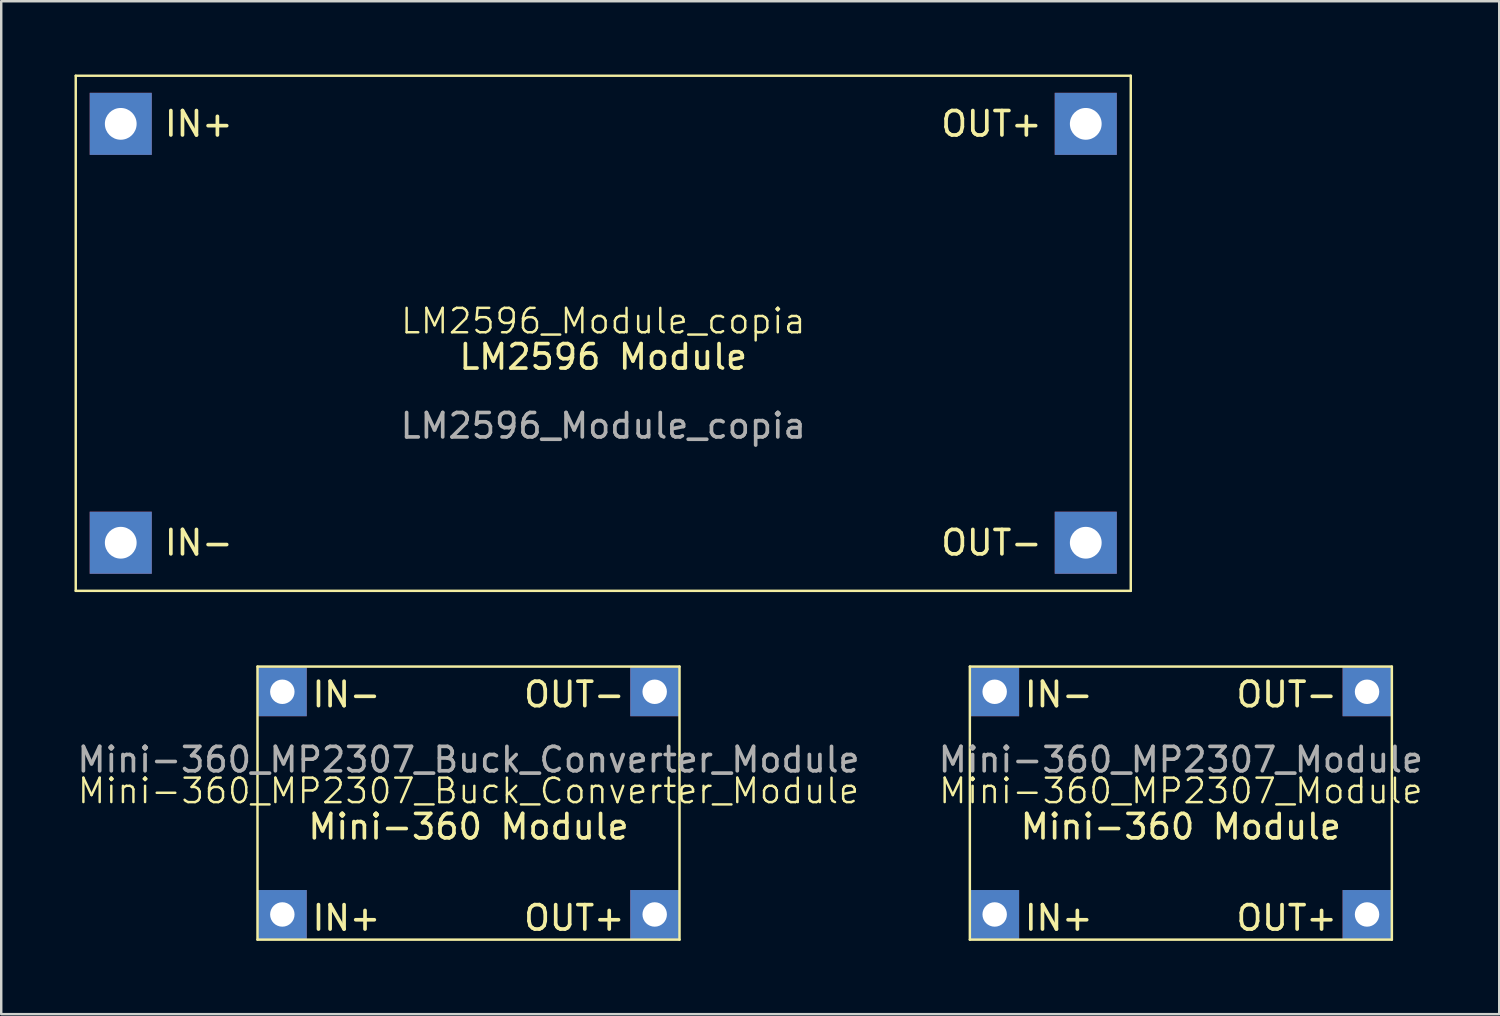
<source format=kicad_pcb>
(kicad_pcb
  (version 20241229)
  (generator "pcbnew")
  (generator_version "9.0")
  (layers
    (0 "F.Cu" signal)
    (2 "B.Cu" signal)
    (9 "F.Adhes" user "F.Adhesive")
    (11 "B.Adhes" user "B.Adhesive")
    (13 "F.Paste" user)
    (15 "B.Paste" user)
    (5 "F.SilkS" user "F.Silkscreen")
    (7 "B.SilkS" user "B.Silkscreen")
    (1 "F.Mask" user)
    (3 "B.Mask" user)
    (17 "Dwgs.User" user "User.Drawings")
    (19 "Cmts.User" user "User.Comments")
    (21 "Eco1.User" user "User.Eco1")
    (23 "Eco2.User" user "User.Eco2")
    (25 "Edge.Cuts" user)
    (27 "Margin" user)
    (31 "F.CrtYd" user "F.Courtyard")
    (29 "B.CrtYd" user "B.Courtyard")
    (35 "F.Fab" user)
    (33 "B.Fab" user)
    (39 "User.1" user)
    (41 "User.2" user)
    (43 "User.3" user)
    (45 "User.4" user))
  (footprint "Mini-360_MP2307_Buck_Converter_Module"
    (layer "F.Cu")
    (at 16.125 29.82)
    (property "Reference" "Mini-360_MP2307_Buck_Converter_Module" (at 0 -0.5 0) (unlocked yes) (layer "F.SilkS") (effects (font (size 1 1) (thickness 0.1))))
    (attr smd)
    (fp_line (start -8.636 -5.588) (end 8.636 -5.588) (stroke (width 0.1) (type default)) (layer "F.SilkS"))
    (fp_line (start -8.636 5.588) (end -8.636 -5.588) (stroke (width 0.1) (type default)) (layer "F.SilkS"))
    (fp_line (start -8.636 5.588) (end 8.636 5.588) (stroke (width 0.1) (type default)) (layer "F.SilkS"))
    (fp_line (start 8.636 -5.588) (end 8.636 5.588) (stroke (width 0.1) (type default)) (layer "F.SilkS"))
    (fp_line (start -8.636 -5.588) (end 8.636 -5.588) (stroke (width 0.1) (type default)) (layer "Margin"))
    (fp_line (start -8.636 5.588) (end -8.636 -5.588) (stroke (width 0.1) (type default)) (layer "Margin"))
    (fp_line (start 8.636 -5.588) (end 8.636 5.588) (stroke (width 0.1) (type default)) (layer "Margin"))
    (fp_line (start 8.636 5.588) (end -8.636 5.588) (stroke (width 0.1) (type default)) (layer "Margin"))
    (fp_text user "OUT+" (at 6.477 4.699 0) (unlocked yes) (layer "F.SilkS") (effects (font (size 1 1) (thickness 0.15)) (justify right)))
    (fp_text user "Mini-360 Module" (at 0 0.381 0) (unlocked yes) (layer "F.SilkS") (effects (font (size 1 1) (thickness 0.15)) (justify top)))
    (fp_text user "IN-" (at -6.477 -4.445 0) (unlocked yes) (layer "F.SilkS") (effects (font (size 1 1) (thickness 0.15)) (justify left)))
    (fp_text user "IN+" (at -6.477 4.699 0) (unlocked yes) (layer "F.SilkS") (effects (font (size 1 1) (thickness 0.15)) (justify left)))
    (fp_text user "OUT-" (at 6.477 -4.445 0) (unlocked yes) (layer "F.SilkS") (effects (font (size 1 1) (thickness 0.15)) (justify right)))
    (fp_text user "${REFERENCE}" (at 0 -1.778 0) (unlocked yes) (layer "F.Fab") (effects (font (size 1 1) (thickness 0.15))))
    (pad "1" thru_hole rect (at -7.62 -4.557) (size 2 2) (drill 1) (layers "*.Cu" "*.Mask"))
    (pad "2" thru_hole rect (at -7.62 4.557) (size 2 2) (drill 1) (layers "*.Cu" "*.Mask"))
    (pad "3" thru_hole rect (at 7.62 4.557) (size 2 2) (drill 1) (layers "*.Cu" "*.Mask"))
    (pad "4" thru_hole rect (at 7.62 -4.557) (size 2 2) (drill 1) (layers "*.Cu" "*.Mask")))
  (footprint "Mini-360_MP2307_Module"
    (layer "F.Cu")
    (at 45.28 29.82)
    (property "Reference" "Mini-360_MP2307_Module" (at 0 -0.5 0) (unlocked yes) (layer "F.SilkS") (effects (font (size 1 1) (thickness 0.1))))
    (attr smd)
    (fp_line (start -8.636 -5.588) (end 8.636 -5.588) (stroke (width 0.1) (type default)) (layer "F.SilkS"))
    (fp_line (start -8.636 5.588) (end -8.636 -5.588) (stroke (width 0.1) (type default)) (layer "F.SilkS"))
    (fp_line (start -8.636 5.588) (end 8.636 5.588) (stroke (width 0.1) (type default)) (layer "F.SilkS"))
    (fp_line (start 8.636 -5.588) (end 8.636 5.588) (stroke (width 0.1) (type default)) (layer "F.SilkS"))
    (fp_line (start -8.636 -5.588) (end 8.636 -5.588) (stroke (width 0.1) (type default)) (layer "Margin"))
    (fp_line (start -8.636 5.588) (end -8.636 -5.588) (stroke (width 0.1) (type default)) (layer "Margin"))
    (fp_line (start 8.636 -5.588) (end 8.636 5.588) (stroke (width 0.1) (type default)) (layer "Margin"))
    (fp_line (start 8.636 5.588) (end -8.636 5.588) (stroke (width 0.1) (type default)) (layer "Margin"))
    (fp_text user "IN+" (at -6.477 4.699 0) (unlocked yes) (layer "F.SilkS") (effects (font (size 1 1) (thickness 0.15)) (justify left)))
    (fp_text user "IN-" (at -6.477 -4.445 0) (unlocked yes) (layer "F.SilkS") (effects (font (size 1 1) (thickness 0.15)) (justify left)))
    (fp_text user "OUT+" (at 6.477 4.699 0) (unlocked yes) (layer "F.SilkS") (effects (font (size 1 1) (thickness 0.15)) (justify right)))
    (fp_text user "OUT-" (at 6.477 -4.445 0) (unlocked yes) (layer "F.SilkS") (effects (font (size 1 1) (thickness 0.15)) (justify right)))
    (fp_text user "Mini-360 Module" (at 0 0.381 0) (unlocked yes) (layer "F.SilkS") (effects (font (size 1 1) (thickness 0.15)) (justify top)))
    (fp_text user "${REFERENCE}" (at 0 -1.778 0) (unlocked yes) (layer "F.Fab") (effects (font (size 1 1) (thickness 0.15))))
    (pad "1" thru_hole rect (at -7.62 -4.557) (size 2 2) (drill 1) (layers "*.Cu" "*.Mask"))
    (pad "2" thru_hole rect (at -7.62 4.557) (size 2 2) (drill 1) (layers "*.Cu" "*.Mask"))
    (pad "3" thru_hole rect (at 7.62 4.557) (size 2 2) (drill 1) (layers "*.Cu" "*.Mask"))
    (pad "4" thru_hole rect (at 7.62 -4.557) (size 2 2) (drill 1) (layers "*.Cu" "*.Mask")))
  (footprint "LM2596_Module_copia"
    (layer "F.Cu")
    (at 21.64 10.591)
    (property "Reference" "LM2596_Module_copia" (at 0 -0.5 0) (unlocked yes) (layer "F.SilkS") (effects (font (size 1 1) (thickness 0.1))))
    (attr smd)
    (fp_line (start -21.59 -10.541) (end 21.59 -10.541) (stroke (width 0.1) (type default)) (layer "F.SilkS"))
    (fp_line (start -21.59 10.541) (end -21.59 -10.541) (stroke (width 0.1) (type default)) (layer "F.SilkS"))
    (fp_line (start -21.59 10.541) (end 21.59 10.541) (stroke (width 0.1) (type default)) (layer "F.SilkS"))
    (fp_line (start 21.59 10.541) (end 21.59 -10.541) (stroke (width 0.1) (type default)) (layer "F.SilkS"))
    (fp_line (start -21.59 -10.541) (end 21.59 -10.541) (stroke (width 0.1) (type default)) (layer "Margin"))
    (fp_line (start -21.59 10.541) (end -21.59 -10.541) (stroke (width 0.1) (type default)) (layer "Margin"))
    (fp_line (start 21.59 -10.541) (end 21.59 10.541) (stroke (width 0.1) (type default)) (layer "Margin"))
    (fp_line (start 21.59 10.541) (end -21.59 10.541) (stroke (width 0.1) (type default)) (layer "Margin"))
    (fp_text user "OUT-" (at 18.034 8.572 0) (unlocked yes) (layer "F.SilkS") (effects (font (size 1 1) (thickness 0.15)) (justify right)))
    (fp_text user "OUT+" (at 18.034 -8.572 0) (unlocked yes) (layer "F.SilkS") (effects (font (size 1 1) (thickness 0.15)) (justify right)))
    (fp_text user "IN+" (at -18.034 -8.572 0) (unlocked yes) (layer "F.SilkS") (effects (font (size 1 1) (thickness 0.15)) (justify left)))
    (fp_text user "IN-" (at -18.034 8.572 0) (unlocked yes) (layer "F.SilkS") (effects (font (size 1 1) (thickness 0.15)) (justify left)))
    (fp_text user "LM2596 Module" (at 0 0.381 0) (unlocked yes) (layer "F.SilkS") (effects (font (size 1 1) (thickness 0.15)) (justify top)))
    (fp_text user "${REFERENCE}" (at 0 3.786 0) (unlocked yes) (layer "F.Fab") (effects (font (size 1 1) (thickness 0.15))))
    (pad "1" thru_hole rect (at -19.748 -8.572) (size 2.54 2.54) (drill 1.3) (layers "*.Cu" "*.Mask"))
    (pad "2" thru_hole rect (at -19.748 8.572) (size 2.54 2.54) (drill 1.3) (layers "*.Cu" "*.Mask"))
    (pad "3" thru_hole rect (at 19.748 8.572) (size 2.54 2.54) (drill 1.3) (layers "*.Cu" "*.Mask"))
    (pad "4" thru_hole rect (at 19.748 -8.572) (size 2.54 2.54) (drill 1.3) (layers "*.Cu" "*.Mask")))
  (gr_rect
    (start -3 -3)
    (end 58.31 38.458)
    (stroke (width 0.1) (type default))
    (fill no)
    (layer "Edge.Cuts")))
</source>
